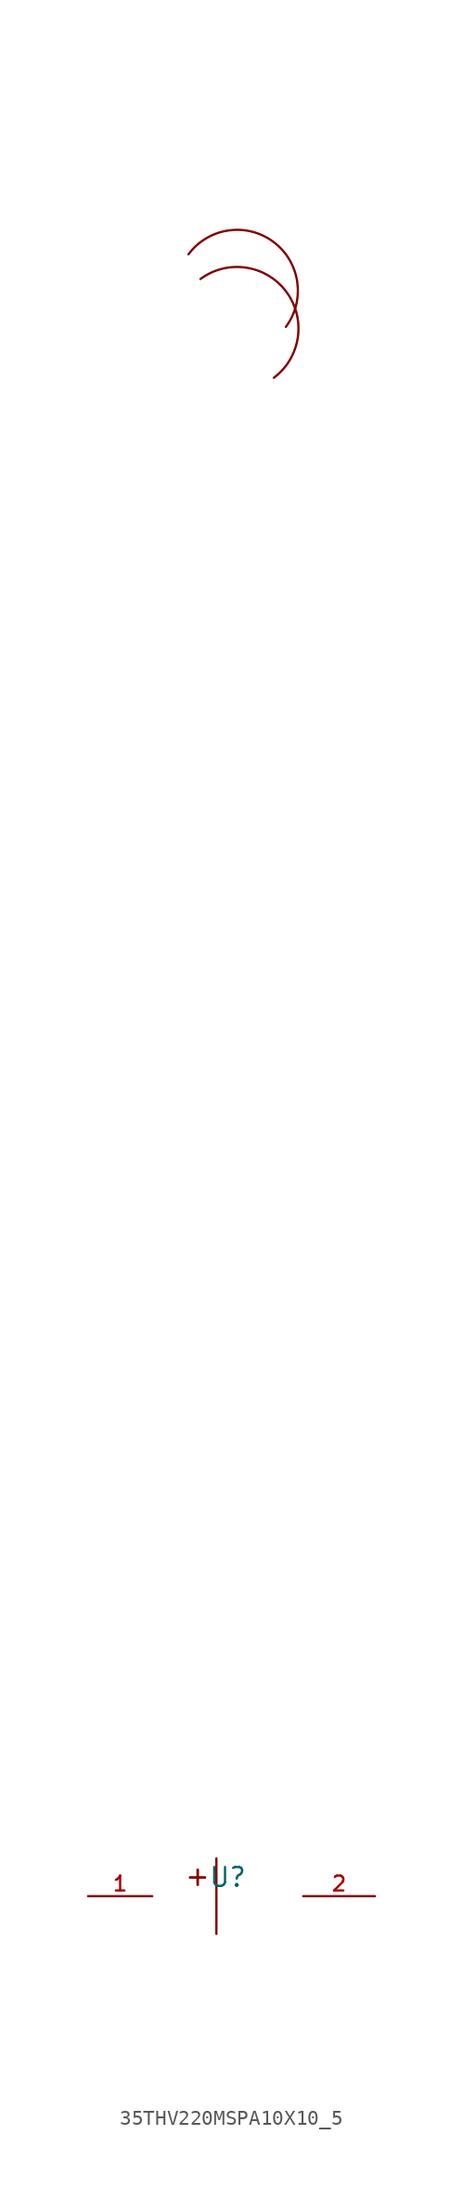
<source format=kicad_sym>
(kicad_symbol_lib
  (version 20210201)
  (generator TousstNicolas/JLC2KiCad_lib)
  (symbol "35THV220MSPA10X10_5"
    (pin_names hide)
    (property "Reference" "U"
      (at 0 1.27 0)
      (effects (font (size 1.27 1.27))))
    (symbol "35THV220MSPA10X10_5_0_1"
      (rectangle (start -2.54 1.27) (end -1.524 1.245) (stroke (width 0) (type default) (color 0 0 0 0)) (fill (type background)))
      (rectangle (start -2.032 1.778) (end -2.007 0.762) (stroke (width 0) (type default) (color 0 0 0 0)) (fill (type background)))
      (arc (start 3.1051595401938825 102.09024239273245) (mid -2.6849671576866534 102.9400525502303) (end -1.8351570001888027 108.73017924811084) (stroke (width 0) (type default) (color 0 0 0 0)) (fill (type none)))
      (arc (start 3.912562494649558 105.5116098891224) (mid -1.8036047413068652 104.67265467578478) (end -2.642559954644478 110.38882191174122) (stroke (width 0) (type default) (color 0 0 0 0)) (fill (type none)))
      (polyline (pts (xy -0.762 2.54) (xy -0.762 -2.54)) (stroke (width 0) (type default) (color 0 0 0 0)) (fill (type none)))
      (pin unspecified line (at 5.08 -0.0 0) (length 4.826) (name "2" (effects (font (size 1 1)))) (number "2" (effects (font (size 1 1)))))
      (pin unspecified line (at -5.08 -0.0 180) (length 4.318) (name "1" (effects (font (size 1 1)))) (number "1" (effects (font (size 1 1))))))))
</source>
